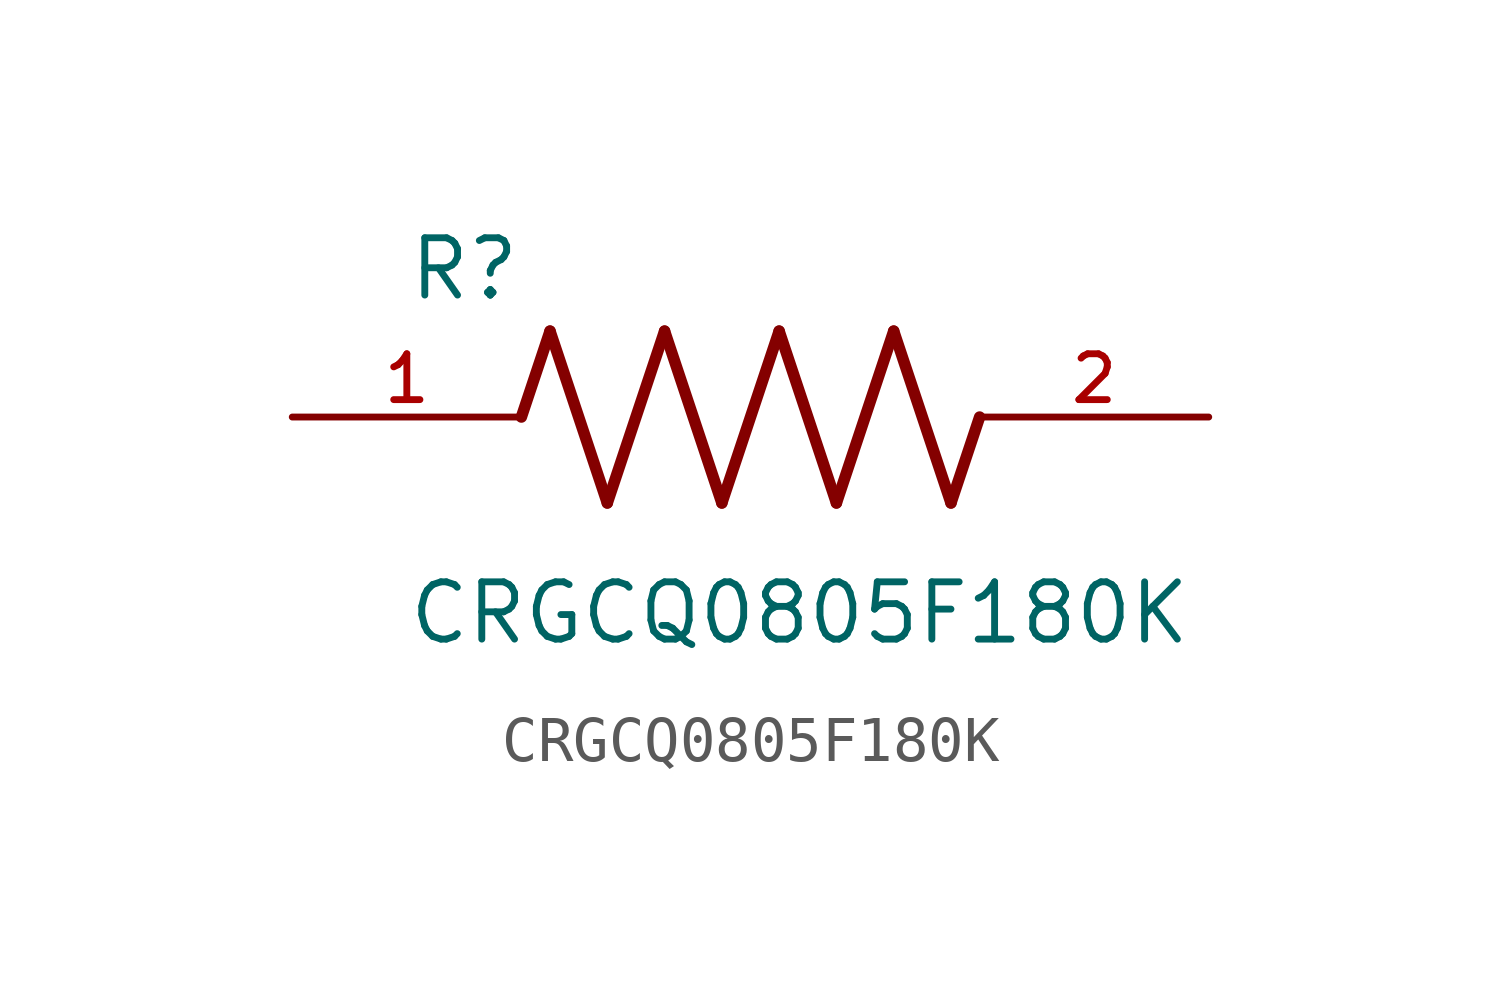
<source format=kicad_sym>
(kicad_symbol_lib
  (version 20211014)
  (generator kicad_symbol_editor)
  (symbol "CRGCQ0805F180K"
    (pin_names
      (offset 1.016))
    (property "Reference" "R"
      (at -7.624 2.541 0)
      (effects (font (size 1.27 1.27)) (justify bottom left)))
    (property "Value" "CRGCQ0805F180K"
      (at -7.63 -5.087 0)
      (effects (font (size 1.27 1.27)) (justify bottom left)))
    (symbol "CRGCQ0805F180K_0_0"
      (polyline (pts (xy -5.08 0.0) (xy -4.445 1.905)) (stroke (width 0.254)))
      (polyline (pts (xy -4.445 1.905) (xy -3.175 -1.905)) (stroke (width 0.254)))
      (polyline (pts (xy -3.175 -1.905) (xy -1.905 1.905)) (stroke (width 0.254)))
      (polyline (pts (xy -1.905 1.905) (xy -0.635 -1.905)) (stroke (width 0.254)))
      (polyline (pts (xy -0.635 -1.905) (xy 0.635 1.905)) (stroke (width 0.254)))
      (polyline (pts (xy 0.635 1.905) (xy 1.905 -1.905)) (stroke (width 0.254)))
      (polyline (pts (xy 1.905 -1.905) (xy 3.175 1.905)) (stroke (width 0.254)))
      (polyline (pts (xy 3.175 1.905) (xy 4.445 -1.905)) (stroke (width 0.254)))
      (polyline (pts (xy 4.445 -1.905) (xy 5.08 0.0)) (stroke (width 0.254)))
      (pin passive line (at -10.16 0.0 0) (length 5.08) (name "~" (effects (font (size 1.016 1.016)))) (number "1" (effects (font (size 1.016 1.016)))))
      (pin passive line (at 10.16 0.0 180.0) (length 5.08) (name "~" (effects (font (size 1.016 1.016)))) (number "2" (effects (font (size 1.016 1.016))))))))
</source>
